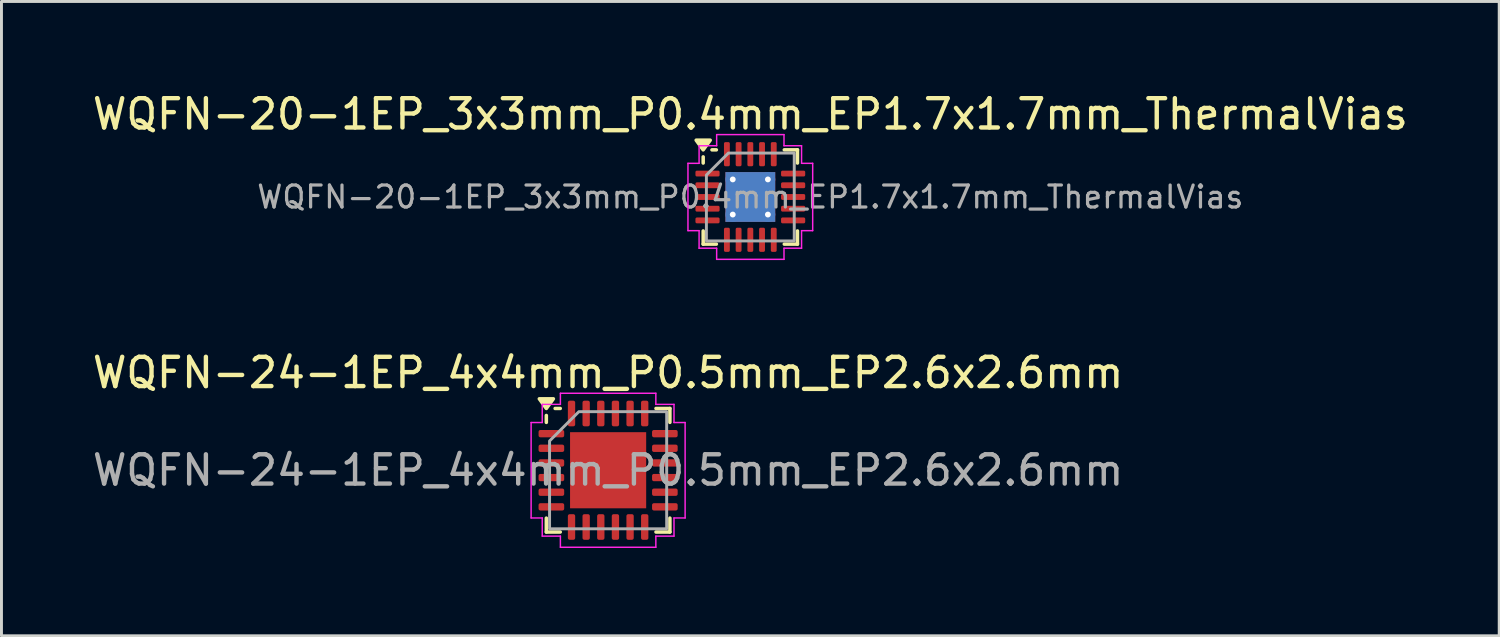
<source format=kicad_pcb>
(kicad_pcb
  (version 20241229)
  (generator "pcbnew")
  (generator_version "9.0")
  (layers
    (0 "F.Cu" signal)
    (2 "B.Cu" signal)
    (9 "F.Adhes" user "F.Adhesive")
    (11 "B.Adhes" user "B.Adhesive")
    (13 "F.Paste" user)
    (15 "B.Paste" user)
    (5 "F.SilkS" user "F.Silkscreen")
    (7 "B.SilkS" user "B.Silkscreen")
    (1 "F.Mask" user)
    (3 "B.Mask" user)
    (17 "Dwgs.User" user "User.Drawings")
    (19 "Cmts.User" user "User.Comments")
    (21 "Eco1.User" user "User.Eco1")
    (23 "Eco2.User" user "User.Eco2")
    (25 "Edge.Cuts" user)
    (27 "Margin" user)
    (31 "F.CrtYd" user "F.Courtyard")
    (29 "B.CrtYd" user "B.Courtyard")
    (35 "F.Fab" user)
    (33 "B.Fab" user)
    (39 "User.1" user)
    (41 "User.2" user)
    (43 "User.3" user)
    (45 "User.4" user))
  (footprint "WQFN-20-1EP_3x3mm_P0.4mm_EP1.7x1.7mm_ThermalVias"
    (layer "F.Cu")
    (at 22.577 3.678)
    (property "Reference" "WQFN-20-1EP_3x3mm_P0.4mm_EP1.7x1.7mm_ThermalVias" (at 0 -2.83 0) (layer "F.SilkS") (effects (font (size 1 1) (thickness 0.15))))
    (attr smd)
    (fp_line (start -1.61 -1.16) (end -1.61 -1.37) (stroke (width 0.12) (type solid)) (layer "F.SilkS"))
    (fp_line (start -1.61 1.61) (end -1.61 1.16) (stroke (width 0.12) (type solid)) (layer "F.SilkS"))
    (fp_line (start -1.16 -1.61) (end -1.31 -1.61) (stroke (width 0.12) (type solid)) (layer "F.SilkS"))
    (fp_line (start -1.16 1.61) (end -1.61 1.61) (stroke (width 0.12) (type solid)) (layer "F.SilkS"))
    (fp_line (start 1.16 -1.61) (end 1.61 -1.61) (stroke (width 0.12) (type solid)) (layer "F.SilkS"))
    (fp_line (start 1.16 1.61) (end 1.61 1.61) (stroke (width 0.12) (type solid)) (layer "F.SilkS"))
    (fp_line (start 1.61 -1.61) (end 1.61 -1.16) (stroke (width 0.12) (type solid)) (layer "F.SilkS"))
    (fp_line (start 1.61 1.61) (end 1.61 1.16) (stroke (width 0.12) (type solid)) (layer "F.SilkS"))
    (fp_poly (pts (xy -1.61 -1.61) (xy -1.85 -1.94) (xy -1.37 -1.94)) (stroke (width 0.12) (type solid)) (fill yes) (layer "F.SilkS"))
    (fp_line (start -2.13 -1.15) (end -1.75 -1.15) (stroke (width 0.05) (type solid)) (layer "F.CrtYd"))
    (fp_line (start -2.13 1.15) (end -2.13 -1.15) (stroke (width 0.05) (type solid)) (layer "F.CrtYd"))
    (fp_line (start -1.75 -1.75) (end -1.15 -1.75) (stroke (width 0.05) (type solid)) (layer "F.CrtYd"))
    (fp_line (start -1.75 -1.15) (end -1.75 -1.75) (stroke (width 0.05) (type solid)) (layer "F.CrtYd"))
    (fp_line (start -1.75 1.15) (end -2.13 1.15) (stroke (width 0.05) (type solid)) (layer "F.CrtYd"))
    (fp_line (start -1.75 1.75) (end -1.75 1.15) (stroke (width 0.05) (type solid)) (layer "F.CrtYd"))
    (fp_line (start -1.15 -2.13) (end 1.15 -2.13) (stroke (width 0.05) (type solid)) (layer "F.CrtYd"))
    (fp_line (start -1.15 -1.75) (end -1.15 -2.13) (stroke (width 0.05) (type solid)) (layer "F.CrtYd"))
    (fp_line (start -1.15 1.75) (end -1.75 1.75) (stroke (width 0.05) (type solid)) (layer "F.CrtYd"))
    (fp_line (start -1.15 2.13) (end -1.15 1.75) (stroke (width 0.05) (type solid)) (layer "F.CrtYd"))
    (fp_line (start 1.15 -2.13) (end 1.15 -1.75) (stroke (width 0.05) (type solid)) (layer "F.CrtYd"))
    (fp_line (start 1.15 -1.75) (end 1.75 -1.75) (stroke (width 0.05) (type solid)) (layer "F.CrtYd"))
    (fp_line (start 1.15 1.75) (end 1.15 2.13) (stroke (width 0.05) (type solid)) (layer "F.CrtYd"))
    (fp_line (start 1.15 2.13) (end -1.15 2.13) (stroke (width 0.05) (type solid)) (layer "F.CrtYd"))
    (fp_line (start 1.75 -1.75) (end 1.75 -1.15) (stroke (width 0.05) (type solid)) (layer "F.CrtYd"))
    (fp_line (start 1.75 -1.15) (end 2.13 -1.15) (stroke (width 0.05) (type solid)) (layer "F.CrtYd"))
    (fp_line (start 1.75 1.15) (end 1.75 1.75) (stroke (width 0.05) (type solid)) (layer "F.CrtYd"))
    (fp_line (start 1.75 1.75) (end 1.15 1.75) (stroke (width 0.05) (type solid)) (layer "F.CrtYd"))
    (fp_line (start 2.13 -1.15) (end 2.13 1.15) (stroke (width 0.05) (type solid)) (layer "F.CrtYd"))
    (fp_line (start 2.13 1.15) (end 1.75 1.15) (stroke (width 0.05) (type solid)) (layer "F.CrtYd"))
    (fp_poly (pts (xy -1.5 -0.75) (xy -1.5 1.5) (xy 1.5 1.5) (xy 1.5 -1.5) (xy -0.75 -1.5)) (stroke (width 0.1) (type solid)) (fill no) (layer "F.Fab"))
    (fp_text user "${REFERENCE}" (at 0 0 0) (layer "F.Fab") (effects (font (size 0.75 0.75) (thickness 0.11))))
    (pad "" smd roundrect (at -0.425 -0.425) (size 0.69 0.69) (layers "F.Paste") (roundrect_rratio 0.25))
    (pad "" smd roundrect (at -0.425 0.425) (size 0.69 0.69) (layers "F.Paste") (roundrect_rratio 0.25))
    (pad "" smd roundrect (at 0.425 -0.425) (size 0.69 0.69) (layers "F.Paste") (roundrect_rratio 0.25))
    (pad "" smd roundrect (at 0.425 0.425) (size 0.69 0.69) (layers "F.Paste") (roundrect_rratio 0.25))
    (pad "1" smd roundrect (at -1.462 -0.8) (size 0.825 0.2) (layers "F.Cu" "F.Mask" "F.Paste") (roundrect_rratio 0.25))
    (pad "2" smd roundrect (at -1.462 -0.4) (size 0.825 0.2) (layers "F.Cu" "F.Mask" "F.Paste") (roundrect_rratio 0.25))
    (pad "3" smd roundrect (at -1.462 0) (size 0.825 0.2) (layers "F.Cu" "F.Mask" "F.Paste") (roundrect_rratio 0.25))
    (pad "4" smd roundrect (at -1.462 0.4) (size 0.825 0.2) (layers "F.Cu" "F.Mask" "F.Paste") (roundrect_rratio 0.25))
    (pad "5" smd roundrect (at -1.462 0.8) (size 0.825 0.2) (layers "F.Cu" "F.Mask" "F.Paste") (roundrect_rratio 0.25))
    (pad "6" smd roundrect (at -0.8 1.462) (size 0.2 0.825) (layers "F.Cu" "F.Mask" "F.Paste") (roundrect_rratio 0.25))
    (pad "7" smd roundrect (at -0.4 1.462) (size 0.2 0.825) (layers "F.Cu" "F.Mask" "F.Paste") (roundrect_rratio 0.25))
    (pad "8" smd roundrect (at 0 1.462) (size 0.2 0.825) (layers "F.Cu" "F.Mask" "F.Paste") (roundrect_rratio 0.25))
    (pad "9" smd roundrect (at 0.4 1.462) (size 0.2 0.825) (layers "F.Cu" "F.Mask" "F.Paste") (roundrect_rratio 0.25))
    (pad "10" smd roundrect (at 0.8 1.462) (size 0.2 0.825) (layers "F.Cu" "F.Mask" "F.Paste") (roundrect_rratio 0.25))
    (pad "11" smd roundrect (at 1.462 0.8) (size 0.825 0.2) (layers "F.Cu" "F.Mask" "F.Paste") (roundrect_rratio 0.25))
    (pad "12" smd roundrect (at 1.462 0.4) (size 0.825 0.2) (layers "F.Cu" "F.Mask" "F.Paste") (roundrect_rratio 0.25))
    (pad "13" smd roundrect (at 1.462 0) (size 0.825 0.2) (layers "F.Cu" "F.Mask" "F.Paste") (roundrect_rratio 0.25))
    (pad "14" smd roundrect (at 1.462 -0.4) (size 0.825 0.2) (layers "F.Cu" "F.Mask" "F.Paste") (roundrect_rratio 0.25))
    (pad "15" smd roundrect (at 1.462 -0.8) (size 0.825 0.2) (layers "F.Cu" "F.Mask" "F.Paste") (roundrect_rratio 0.25))
    (pad "16" smd roundrect (at 0.8 -1.462) (size 0.2 0.825) (layers "F.Cu" "F.Mask" "F.Paste") (roundrect_rratio 0.25))
    (pad "17" smd roundrect (at 0.4 -1.462) (size 0.2 0.825) (layers "F.Cu" "F.Mask" "F.Paste") (roundrect_rratio 0.25))
    (pad "18" smd roundrect (at 0 -1.462) (size 0.2 0.825) (layers "F.Cu" "F.Mask" "F.Paste") (roundrect_rratio 0.25))
    (pad "19" smd roundrect (at -0.4 -1.462) (size 0.2 0.825) (layers "F.Cu" "F.Mask" "F.Paste") (roundrect_rratio 0.25))
    (pad "20" smd roundrect (at -0.8 -1.462) (size 0.2 0.825) (layers "F.Cu" "F.Mask" "F.Paste") (roundrect_rratio 0.25))
    (pad "21" thru_hole circle (at -0.6 -0.6) (size 0.5 0.5) (drill 0.2) (property pad_prop_heatsink) (layers "*.Cu"))
    (pad "21" thru_hole circle (at -0.6 0.6) (size 0.5 0.5) (drill 0.2) (property pad_prop_heatsink) (layers "*.Cu"))
    (pad "21" smd rect (at 0 0) (size 1.7 1.7) (property pad_prop_heatsink) (layers "F.Cu" "F.Mask"))
    (pad "21" smd rect (at 0 0) (size 1.7 1.7) (property pad_prop_heatsink) (layers "B.Cu"))
    (pad "21" thru_hole circle (at 0.6 -0.6) (size 0.5 0.5) (drill 0.2) (property pad_prop_heatsink) (layers "*.Cu"))
    (pad "21" thru_hole circle (at 0.6 0.6) (size 0.5 0.5) (drill 0.2) (property pad_prop_heatsink) (layers "*.Cu")))
  (footprint "WQFN-24-1EP_4x4mm_P0.5mm_EP2.6x2.6mm"
    (layer "F.Cu")
    (at 17.72 13.011)
    (property "Reference" "WQFN-24-1EP_4x4mm_P0.5mm_EP2.6x2.6mm" (at 0 -3.33 0) (layer "F.SilkS") (effects (font (size 1 1) (thickness 0.15))))
    (attr smd)
    (fp_line (start -2.11 -1.635) (end -2.11 -1.87) (stroke (width 0.12) (type solid)) (layer "F.SilkS"))
    (fp_line (start -2.11 2.11) (end -2.11 1.635) (stroke (width 0.12) (type solid)) (layer "F.SilkS"))
    (fp_line (start -1.635 -2.11) (end -1.81 -2.11) (stroke (width 0.12) (type solid)) (layer "F.SilkS"))
    (fp_line (start -1.635 2.11) (end -2.11 2.11) (stroke (width 0.12) (type solid)) (layer "F.SilkS"))
    (fp_line (start 1.635 -2.11) (end 2.11 -2.11) (stroke (width 0.12) (type solid)) (layer "F.SilkS"))
    (fp_line (start 1.635 2.11) (end 2.11 2.11) (stroke (width 0.12) (type solid)) (layer "F.SilkS"))
    (fp_line (start 2.11 -2.11) (end 2.11 -1.635) (stroke (width 0.12) (type solid)) (layer "F.SilkS"))
    (fp_line (start 2.11 2.11) (end 2.11 1.635) (stroke (width 0.12) (type solid)) (layer "F.SilkS"))
    (fp_poly (pts (xy -2.11 -2.11) (xy -2.35 -2.44) (xy -1.87 -2.44)) (stroke (width 0.12) (type solid)) (fill yes) (layer "F.SilkS"))
    (fp_line (start -2.63 -1.63) (end -2.25 -1.63) (stroke (width 0.05) (type solid)) (layer "F.CrtYd"))
    (fp_line (start -2.63 1.63) (end -2.63 -1.63) (stroke (width 0.05) (type solid)) (layer "F.CrtYd"))
    (fp_line (start -2.25 -2.25) (end -1.63 -2.25) (stroke (width 0.05) (type solid)) (layer "F.CrtYd"))
    (fp_line (start -2.25 -1.63) (end -2.25 -2.25) (stroke (width 0.05) (type solid)) (layer "F.CrtYd"))
    (fp_line (start -2.25 1.63) (end -2.63 1.63) (stroke (width 0.05) (type solid)) (layer "F.CrtYd"))
    (fp_line (start -2.25 2.25) (end -2.25 1.63) (stroke (width 0.05) (type solid)) (layer "F.CrtYd"))
    (fp_line (start -1.63 -2.63) (end 1.63 -2.63) (stroke (width 0.05) (type solid)) (layer "F.CrtYd"))
    (fp_line (start -1.63 -2.25) (end -1.63 -2.63) (stroke (width 0.05) (type solid)) (layer "F.CrtYd"))
    (fp_line (start -1.63 2.25) (end -2.25 2.25) (stroke (width 0.05) (type solid)) (layer "F.CrtYd"))
    (fp_line (start -1.63 2.63) (end -1.63 2.25) (stroke (width 0.05) (type solid)) (layer "F.CrtYd"))
    (fp_line (start 1.63 -2.63) (end 1.63 -2.25) (stroke (width 0.05) (type solid)) (layer "F.CrtYd"))
    (fp_line (start 1.63 -2.25) (end 2.25 -2.25) (stroke (width 0.05) (type solid)) (layer "F.CrtYd"))
    (fp_line (start 1.63 2.25) (end 1.63 2.63) (stroke (width 0.05) (type solid)) (layer "F.CrtYd"))
    (fp_line (start 1.63 2.63) (end -1.63 2.63) (stroke (width 0.05) (type solid)) (layer "F.CrtYd"))
    (fp_line (start 2.25 -2.25) (end 2.25 -1.63) (stroke (width 0.05) (type solid)) (layer "F.CrtYd"))
    (fp_line (start 2.25 -1.63) (end 2.63 -1.63) (stroke (width 0.05) (type solid)) (layer "F.CrtYd"))
    (fp_line (start 2.25 1.63) (end 2.25 2.25) (stroke (width 0.05) (type solid)) (layer "F.CrtYd"))
    (fp_line (start 2.25 2.25) (end 1.63 2.25) (stroke (width 0.05) (type solid)) (layer "F.CrtYd"))
    (fp_line (start 2.63 -1.63) (end 2.63 1.63) (stroke (width 0.05) (type solid)) (layer "F.CrtYd"))
    (fp_line (start 2.63 1.63) (end 2.25 1.63) (stroke (width 0.05) (type solid)) (layer "F.CrtYd"))
    (fp_poly (pts (xy -2 -1) (xy -2 2) (xy 2 2) (xy 2 -2) (xy -1 -2)) (stroke (width 0.1) (type solid)) (fill no) (layer "F.Fab"))
    (fp_text user "${REFERENCE}" (at 0 0 0) (layer "F.Fab") (effects (font (size 1 1) (thickness 0.15))))
    (pad "" smd roundrect (at -0.65 -0.65) (size 1.05 1.05) (layers "F.Paste") (roundrect_rratio 0.238))
    (pad "" smd roundrect (at -0.65 0.65) (size 1.05 1.05) (layers "F.Paste") (roundrect_rratio 0.238))
    (pad "" smd roundrect (at 0.65 -0.65) (size 1.05 1.05) (layers "F.Paste") (roundrect_rratio 0.238))
    (pad "" smd roundrect (at 0.65 0.65) (size 1.05 1.05) (layers "F.Paste") (roundrect_rratio 0.238))
    (pad "1" smd roundrect (at -1.938 -1.25) (size 0.875 0.25) (layers "F.Cu" "F.Mask" "F.Paste") (roundrect_rratio 0.25))
    (pad "2" smd roundrect (at -1.938 -0.75) (size 0.875 0.25) (layers "F.Cu" "F.Mask" "F.Paste") (roundrect_rratio 0.25))
    (pad "3" smd roundrect (at -1.938 -0.25) (size 0.875 0.25) (layers "F.Cu" "F.Mask" "F.Paste") (roundrect_rratio 0.25))
    (pad "4" smd roundrect (at -1.938 0.25) (size 0.875 0.25) (layers "F.Cu" "F.Mask" "F.Paste") (roundrect_rratio 0.25))
    (pad "5" smd roundrect (at -1.938 0.75) (size 0.875 0.25) (layers "F.Cu" "F.Mask" "F.Paste") (roundrect_rratio 0.25))
    (pad "6" smd roundrect (at -1.938 1.25) (size 0.875 0.25) (layers "F.Cu" "F.Mask" "F.Paste") (roundrect_rratio 0.25))
    (pad "7" smd roundrect (at -1.25 1.938) (size 0.25 0.875) (layers "F.Cu" "F.Mask" "F.Paste") (roundrect_rratio 0.25))
    (pad "8" smd roundrect (at -0.75 1.938) (size 0.25 0.875) (layers "F.Cu" "F.Mask" "F.Paste") (roundrect_rratio 0.25))
    (pad "9" smd roundrect (at -0.25 1.938) (size 0.25 0.875) (layers "F.Cu" "F.Mask" "F.Paste") (roundrect_rratio 0.25))
    (pad "10" smd roundrect (at 0.25 1.938) (size 0.25 0.875) (layers "F.Cu" "F.Mask" "F.Paste") (roundrect_rratio 0.25))
    (pad "11" smd roundrect (at 0.75 1.938) (size 0.25 0.875) (layers "F.Cu" "F.Mask" "F.Paste") (roundrect_rratio 0.25))
    (pad "12" smd roundrect (at 1.25 1.938) (size 0.25 0.875) (layers "F.Cu" "F.Mask" "F.Paste") (roundrect_rratio 0.25))
    (pad "13" smd roundrect (at 1.938 1.25) (size 0.875 0.25) (layers "F.Cu" "F.Mask" "F.Paste") (roundrect_rratio 0.25))
    (pad "14" smd roundrect (at 1.938 0.75) (size 0.875 0.25) (layers "F.Cu" "F.Mask" "F.Paste") (roundrect_rratio 0.25))
    (pad "15" smd roundrect (at 1.938 0.25) (size 0.875 0.25) (layers "F.Cu" "F.Mask" "F.Paste") (roundrect_rratio 0.25))
    (pad "16" smd roundrect (at 1.938 -0.25) (size 0.875 0.25) (layers "F.Cu" "F.Mask" "F.Paste") (roundrect_rratio 0.25))
    (pad "17" smd roundrect (at 1.938 -0.75) (size 0.875 0.25) (layers "F.Cu" "F.Mask" "F.Paste") (roundrect_rratio 0.25))
    (pad "18" smd roundrect (at 1.938 -1.25) (size 0.875 0.25) (layers "F.Cu" "F.Mask" "F.Paste") (roundrect_rratio 0.25))
    (pad "19" smd roundrect (at 1.25 -1.938) (size 0.25 0.875) (layers "F.Cu" "F.Mask" "F.Paste") (roundrect_rratio 0.25))
    (pad "20" smd roundrect (at 0.75 -1.938) (size 0.25 0.875) (layers "F.Cu" "F.Mask" "F.Paste") (roundrect_rratio 0.25))
    (pad "21" smd roundrect (at 0.25 -1.938) (size 0.25 0.875) (layers "F.Cu" "F.Mask" "F.Paste") (roundrect_rratio 0.25))
    (pad "22" smd roundrect (at -0.25 -1.938) (size 0.25 0.875) (layers "F.Cu" "F.Mask" "F.Paste") (roundrect_rratio 0.25))
    (pad "23" smd roundrect (at -0.75 -1.938) (size 0.25 0.875) (layers "F.Cu" "F.Mask" "F.Paste") (roundrect_rratio 0.25))
    (pad "24" smd roundrect (at -1.25 -1.938) (size 0.25 0.875) (layers "F.Cu" "F.Mask" "F.Paste") (roundrect_rratio 0.25))
    (pad "25" smd rect (at 0 0) (size 2.6 2.6) (property pad_prop_heatsink) (layers "F.Cu" "F.Mask")))
  (gr_rect
    (start -3 -3)
    (end 48.155 18.666)
    (stroke (width 0.1) (type default))
    (fill no)
    (layer "Edge.Cuts")))
</source>
